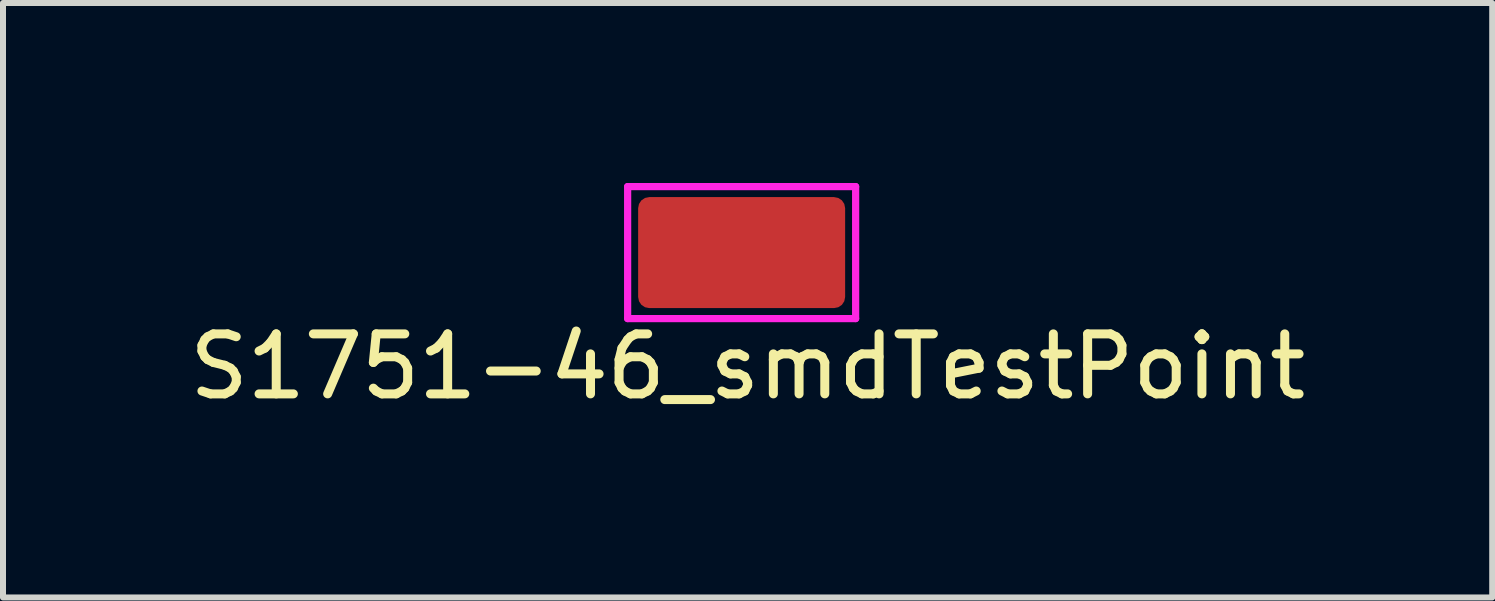
<source format=kicad_pcb>
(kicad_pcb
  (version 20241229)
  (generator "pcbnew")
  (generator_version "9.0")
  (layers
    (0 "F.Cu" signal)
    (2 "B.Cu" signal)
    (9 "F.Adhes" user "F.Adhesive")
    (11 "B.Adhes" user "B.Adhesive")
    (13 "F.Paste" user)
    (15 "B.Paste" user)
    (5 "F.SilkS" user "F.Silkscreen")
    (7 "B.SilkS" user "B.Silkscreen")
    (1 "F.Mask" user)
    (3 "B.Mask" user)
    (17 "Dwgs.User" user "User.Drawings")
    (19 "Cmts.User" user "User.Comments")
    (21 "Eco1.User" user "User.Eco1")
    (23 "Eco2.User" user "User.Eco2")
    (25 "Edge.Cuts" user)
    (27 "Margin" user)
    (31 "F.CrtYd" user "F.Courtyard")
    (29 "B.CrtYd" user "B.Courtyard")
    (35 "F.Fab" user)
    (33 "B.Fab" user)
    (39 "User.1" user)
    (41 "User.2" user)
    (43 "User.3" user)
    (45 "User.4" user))
  (footprint "S1751-46_smdTestPoint"
    (layer "F.Cu")
    (at 9.311 1.16)
    (property "Reference" "S1751-46_smdTestPoint" (at 0.1 1.9 0) (layer "F.SilkS") (effects (font (size 1 1) (thickness 0.15))))
    (attr through_hole)
    (fp_line (start -1.9 -1.1) (end -1.9 1.1) (stroke (width 0.12) (type solid)) (layer "F.CrtYd"))
    (fp_line (start -1.9 1.1) (end 1.9 1.1) (stroke (width 0.12) (type solid)) (layer "F.CrtYd"))
    (fp_line (start 1.9 -1.1) (end -1.9 -1.1) (stroke (width 0.12) (type solid)) (layer "F.CrtYd"))
    (fp_line (start 1.9 1.1) (end 1.9 -1.1) (stroke (width 0.12) (type solid)) (layer "F.CrtYd"))
    (pad "1" smd roundrect (at 0 0) (size 3.45 1.85) (layers "F.Cu" "F.Mask" "F.Paste") (roundrect_rratio 0.1)))
  (gr_rect
    (start -3 -3)
    (end 21.821 6.908)
    (stroke (width 0.1) (type default))
    (fill no)
    (layer "Edge.Cuts")))
</source>
